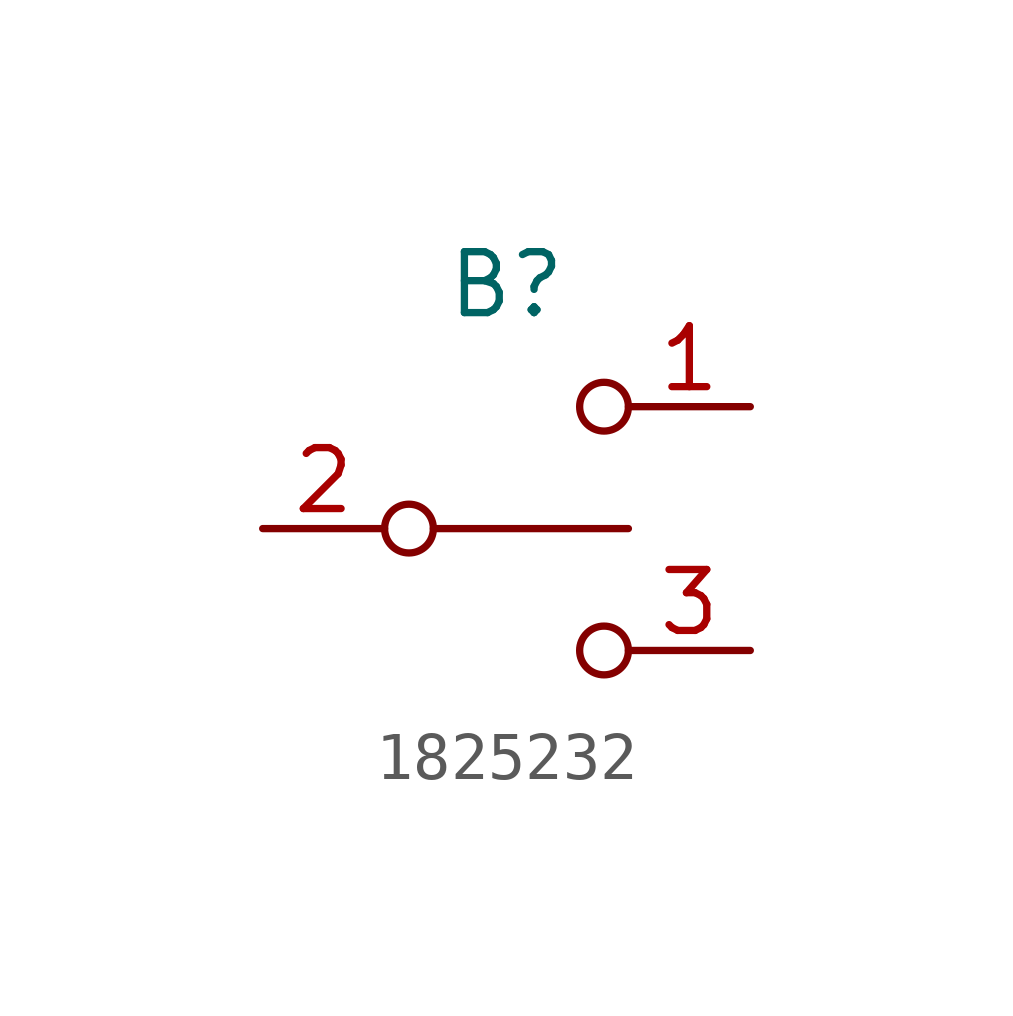
<source format=kicad_sym>
(kicad_symbol_lib
  (version 20211014)
  (generator kicad_symbol_editor)
  (symbol "1825232"
    (property "Reference" "B"
      (at 0 5.08 0)
      (effects (font (size 1.27 1.27))))
    (symbol "1825232_0_1"
      (circle (center -2.032 0) (radius 0.508) (stroke (width 0) (type default) (color 0 0 0 0)) (fill (type none)))
      (polyline (pts (xy -1.524 0) (xy 2.54 0)) (stroke (width 0) (type default) (color 0 0 0 0)) (fill (type none)))
      (circle (center 2.032 -2.54) (radius 0.508) (stroke (width 0) (type default) (color 0 0 0 0)) (fill (type none)))
      (circle (center 2.032 2.54) (radius 0.508) (stroke (width 0) (type default) (color 0 0 0 0)) (fill (type none))))
    (symbol "1825232_1_1"
      (pin passive line (at 5.08 2.54 180) (length 2.54) (name "" (effects (font (size 1.27 1.27)))) (number "1" (effects (font (size 1.27 1.27)))))
      (pin passive line (at -5.08 0 0) (length 2.54) (name "" (effects (font (size 1.27 1.27)))) (number "2" (effects (font (size 1.27 1.27)))))
      (pin passive line (at 5.08 -2.54 180) (length 2.54) (name "" (effects (font (size 1.27 1.27)))) (number "3" (effects (font (size 1.27 1.27))))))))
</source>
